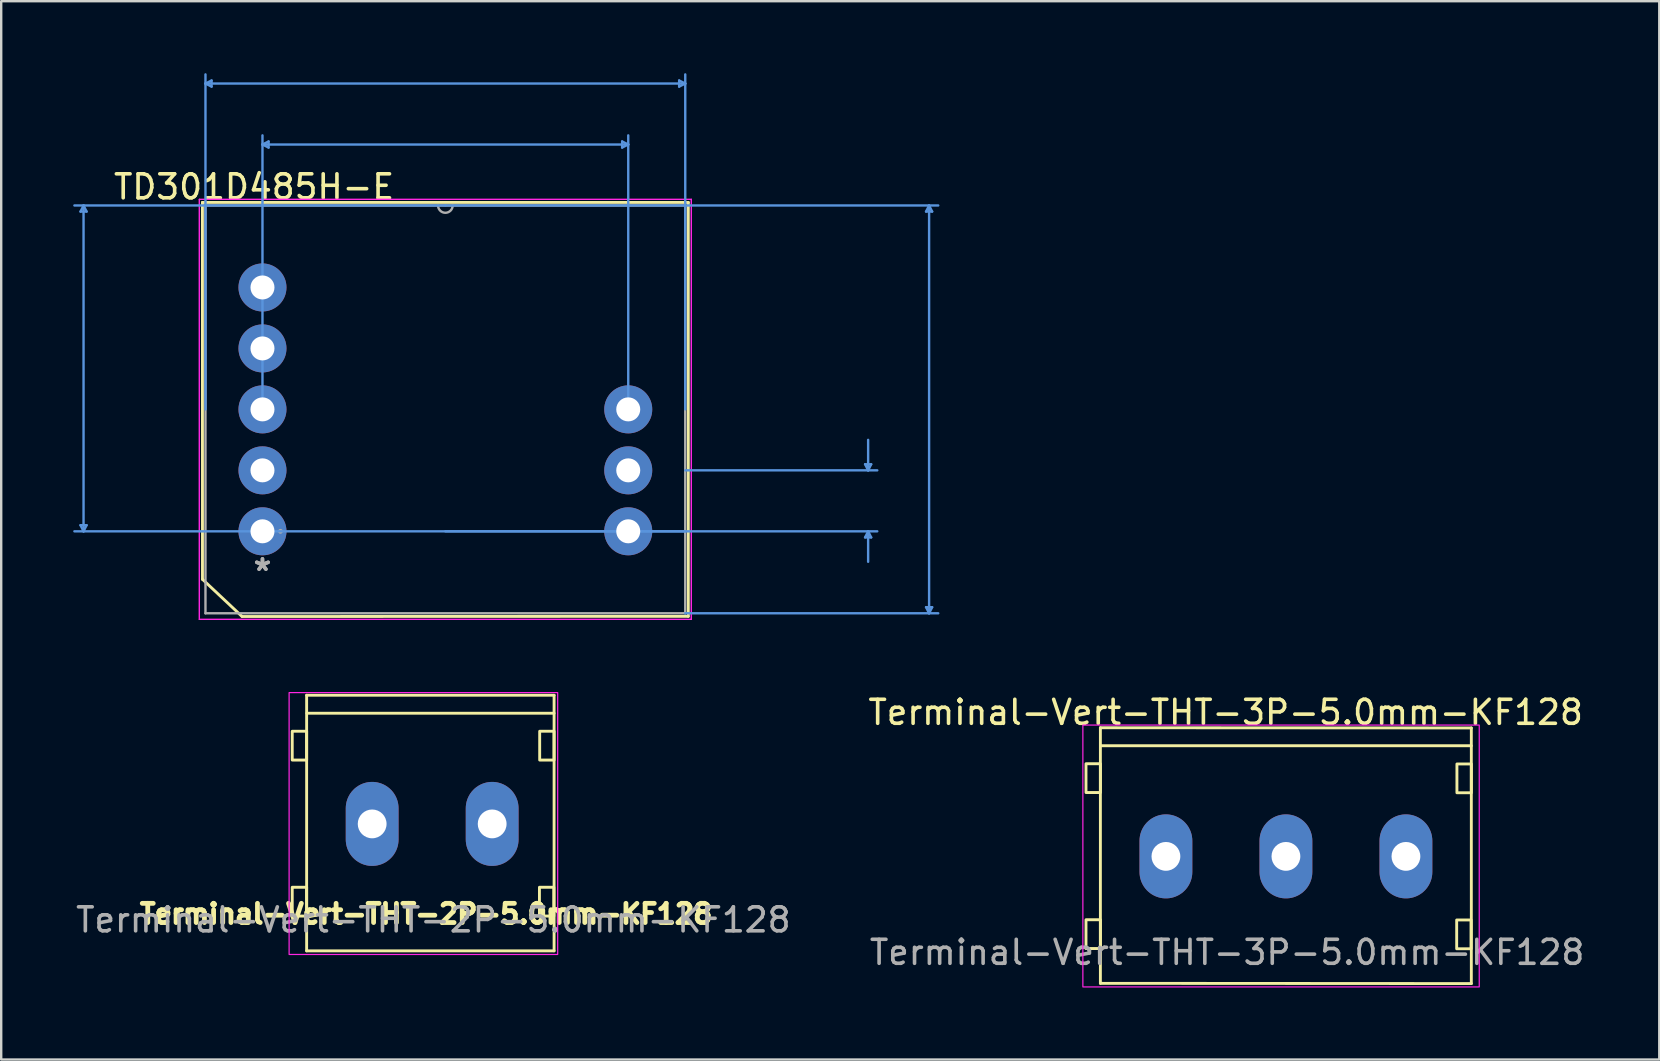
<source format=kicad_pcb>
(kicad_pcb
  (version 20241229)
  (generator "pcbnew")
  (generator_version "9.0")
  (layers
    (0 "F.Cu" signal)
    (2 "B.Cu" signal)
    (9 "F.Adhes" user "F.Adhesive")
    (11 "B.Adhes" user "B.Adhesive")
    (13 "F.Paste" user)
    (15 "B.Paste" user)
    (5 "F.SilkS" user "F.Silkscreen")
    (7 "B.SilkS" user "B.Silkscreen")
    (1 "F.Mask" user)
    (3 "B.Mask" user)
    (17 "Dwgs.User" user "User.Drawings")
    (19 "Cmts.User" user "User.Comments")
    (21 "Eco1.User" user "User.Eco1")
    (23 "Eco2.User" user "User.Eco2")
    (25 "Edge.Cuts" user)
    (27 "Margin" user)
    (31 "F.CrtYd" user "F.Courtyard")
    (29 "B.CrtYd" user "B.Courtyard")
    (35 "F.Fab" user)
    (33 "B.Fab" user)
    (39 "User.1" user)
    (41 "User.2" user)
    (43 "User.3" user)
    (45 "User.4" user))
  (footprint "TD301D485H-E"
    (layer "F.Cu")
    (at 7.886 19.087)
    (property "Reference" "TD301D485H-E" (at -0.35 -14.35 0) (layer "F.SilkS") (effects (font (size 1 1) (thickness 0.15))))
    (attr through_hole)
    (fp_line (start -2.502 -13.703) (end -2.5 2) (stroke (width 0.12) (type solid)) (layer "F.SilkS"))
    (fp_line (start -2.5 2) (end -0.85 3.55) (stroke (width 0.12) (type solid)) (layer "F.SilkS"))
    (fp_line (start -0.85 3.55) (end 17.742 3.543) (stroke (width 0.12) (type solid)) (layer "F.SilkS"))
    (fp_line (start 17.742 -13.703) (end -2.502 -13.703) (stroke (width 0.12) (type solid)) (layer "F.SilkS"))
    (fp_line (start 17.742 3.543) (end 17.742 -13.703) (stroke (width 0.12) (type solid)) (layer "F.SilkS"))
    (fp_line (start -7.582 -13.322) (end -7.328 -13.322) (stroke (width 0.1) (type solid)) (layer "Cmts.User"))
    (fp_line (start -7.582 -0.254) (end -7.328 -0.254) (stroke (width 0.1) (type solid)) (layer "Cmts.User"))
    (fp_line (start -7.455 -13.576) (end -7.582 -13.322) (stroke (width 0.1) (type solid)) (layer "Cmts.User"))
    (fp_line (start -7.455 -13.576) (end -7.455 0) (stroke (width 0.1) (type solid)) (layer "Cmts.User"))
    (fp_line (start -7.455 -13.576) (end -7.328 -13.322) (stroke (width 0.1) (type solid)) (layer "Cmts.User"))
    (fp_line (start -7.455 0) (end -7.582 -0.254) (stroke (width 0.1) (type solid)) (layer "Cmts.User"))
    (fp_line (start -7.455 0) (end -7.328 -0.254) (stroke (width 0.1) (type solid)) (layer "Cmts.User"))
    (fp_line (start -2.375 -18.656) (end -2.121 -18.783) (stroke (width 0.1) (type solid)) (layer "Cmts.User"))
    (fp_line (start -2.375 -18.656) (end -2.121 -18.529) (stroke (width 0.1) (type solid)) (layer "Cmts.User"))
    (fp_line (start -2.375 -18.656) (end 17.615 -18.656) (stroke (width 0.1) (type solid)) (layer "Cmts.User"))
    (fp_line (start -2.375 -5.08) (end -2.375 -19.037) (stroke (width 0.1) (type solid)) (layer "Cmts.User"))
    (fp_line (start -2.121 -18.783) (end -2.121 -18.529) (stroke (width 0.1) (type solid)) (layer "Cmts.User"))
    (fp_line (start 0 -16.116) (end 0.254 -16.243) (stroke (width 0.1) (type solid)) (layer "Cmts.User"))
    (fp_line (start 0 -16.116) (end 0.254 -15.989) (stroke (width 0.1) (type solid)) (layer "Cmts.User"))
    (fp_line (start 0 -16.116) (end 15.24 -16.116) (stroke (width 0.1) (type solid)) (layer "Cmts.User"))
    (fp_line (start 0 -5.08) (end 0 -16.497) (stroke (width 0.1) (type solid)) (layer "Cmts.User"))
    (fp_line (start 0.254 -16.243) (end 0.254 -15.989) (stroke (width 0.1) (type solid)) (layer "Cmts.User"))
    (fp_line (start 7.62 -13.576) (end -7.836 -13.576) (stroke (width 0.1) (type solid)) (layer "Cmts.User"))
    (fp_line (start 7.62 -13.576) (end 28.156 -13.576) (stroke (width 0.1) (type solid)) (layer "Cmts.User"))
    (fp_line (start 7.62 0) (end 25.616 0) (stroke (width 0.1) (type solid)) (layer "Cmts.User"))
    (fp_line (start 14.986 -16.243) (end 14.986 -15.989) (stroke (width 0.1) (type solid)) (layer "Cmts.User"))
    (fp_line (start 15.24 -16.116) (end 14.986 -16.243) (stroke (width 0.1) (type solid)) (layer "Cmts.User"))
    (fp_line (start 15.24 -16.116) (end 14.986 -15.989) (stroke (width 0.1) (type solid)) (layer "Cmts.User"))
    (fp_line (start 15.24 -5.08) (end 15.24 -16.497) (stroke (width 0.1) (type solid)) (layer "Cmts.User"))
    (fp_line (start 17.361 -18.783) (end 17.361 -18.529) (stroke (width 0.1) (type solid)) (layer "Cmts.User"))
    (fp_line (start 17.615 -18.656) (end 17.361 -18.783) (stroke (width 0.1) (type solid)) (layer "Cmts.User"))
    (fp_line (start 17.615 -18.656) (end 17.361 -18.529) (stroke (width 0.1) (type solid)) (layer "Cmts.User"))
    (fp_line (start 17.615 -5.08) (end 17.615 -19.037) (stroke (width 0.1) (type solid)) (layer "Cmts.User"))
    (fp_line (start 17.615 -2.54) (end 25.616 -2.54) (stroke (width 0.1) (type solid)) (layer "Cmts.User"))
    (fp_line (start 17.615 0) (end -7.836 0) (stroke (width 0.1) (type solid)) (layer "Cmts.User"))
    (fp_line (start 17.615 3.416) (end 28.156 3.416) (stroke (width 0.1) (type solid)) (layer "Cmts.User"))
    (fp_line (start 25.108 -2.794) (end 25.362 -2.794) (stroke (width 0.1) (type solid)) (layer "Cmts.User"))
    (fp_line (start 25.108 0.254) (end 25.362 0.254) (stroke (width 0.1) (type solid)) (layer "Cmts.User"))
    (fp_line (start 25.235 -2.54) (end 25.108 -2.794) (stroke (width 0.1) (type solid)) (layer "Cmts.User"))
    (fp_line (start 25.235 -2.54) (end 25.235 -3.81) (stroke (width 0.1) (type solid)) (layer "Cmts.User"))
    (fp_line (start 25.235 -2.54) (end 25.362 -2.794) (stroke (width 0.1) (type solid)) (layer "Cmts.User"))
    (fp_line (start 25.235 0) (end 25.108 0.254) (stroke (width 0.1) (type solid)) (layer "Cmts.User"))
    (fp_line (start 25.235 0) (end 25.235 1.27) (stroke (width 0.1) (type solid)) (layer "Cmts.User"))
    (fp_line (start 25.235 0) (end 25.362 0.254) (stroke (width 0.1) (type solid)) (layer "Cmts.User"))
    (fp_line (start 27.648 -13.322) (end 27.902 -13.322) (stroke (width 0.1) (type solid)) (layer "Cmts.User"))
    (fp_line (start 27.648 3.162) (end 27.902 3.162) (stroke (width 0.1) (type solid)) (layer "Cmts.User"))
    (fp_line (start 27.775 -13.576) (end 27.648 -13.322) (stroke (width 0.1) (type solid)) (layer "Cmts.User"))
    (fp_line (start 27.775 -13.576) (end 27.775 3.416) (stroke (width 0.1) (type solid)) (layer "Cmts.User"))
    (fp_line (start 27.775 -13.576) (end 27.902 -13.322) (stroke (width 0.1) (type solid)) (layer "Cmts.User"))
    (fp_line (start 27.775 3.416) (end 27.648 3.162) (stroke (width 0.1) (type solid)) (layer "Cmts.User"))
    (fp_line (start 27.775 3.416) (end 27.902 3.162) (stroke (width 0.1) (type solid)) (layer "Cmts.User"))
    (fp_line (start -2.629 -13.83) (end 17.869 -13.83) (stroke (width 0.05) (type solid)) (layer "F.CrtYd"))
    (fp_line (start -2.629 -13.83) (end 17.869 -13.83) (stroke (width 0.05) (type solid)) (layer "F.CrtYd"))
    (fp_line (start -2.629 3.67) (end -2.629 -13.83) (stroke (width 0.05) (type solid)) (layer "F.CrtYd"))
    (fp_line (start -2.629 3.67) (end -2.629 -13.83) (stroke (width 0.05) (type solid)) (layer "F.CrtYd"))
    (fp_line (start 17.869 -13.83) (end 17.869 3.67) (stroke (width 0.05) (type solid)) (layer "F.CrtYd"))
    (fp_line (start 17.869 -13.83) (end 17.869 3.67) (stroke (width 0.05) (type solid)) (layer "F.CrtYd"))
    (fp_line (start 17.869 3.67) (end -2.629 3.67) (stroke (width 0.05) (type solid)) (layer "F.CrtYd"))
    (fp_line (start 17.869 3.67) (end -2.629 3.67) (stroke (width 0.05) (type solid)) (layer "F.CrtYd"))
    (fp_line (start -2.375 -13.576) (end -2.375 3.416) (stroke (width 0.1) (type solid)) (layer "F.Fab"))
    (fp_line (start -2.375 3.416) (end 17.615 3.416) (stroke (width 0.1) (type solid)) (layer "F.Fab"))
    (fp_line (start 17.615 -13.576) (end -2.375 -13.576) (stroke (width 0.1) (type solid)) (layer "F.Fab"))
    (fp_line (start 17.615 3.416) (end 17.615 -13.576) (stroke (width 0.1) (type solid)) (layer "F.Fab"))
    (fp_arc (start 7.9248 -13.5763) (mid 7.62 -13.2715) (end 7.3152 -13.5763) (stroke (width 0.1) (type solid)) (layer "F.Fab"))
    (fp_circle (center 0.749 0) (end 0.749 0) (stroke (width 0.1) (type solid)) (fill no) (layer "F.Fab"))
    (fp_text user "Copyright 2021 Accelerated Designs. All rights reserved." (at 0 0 0) (layer "Cmts.User") (effects (font (size 0.127 0.127) (thickness 0.002))))
    (fp_text user "*" (at 0 1.693 0) (layer "F.Fab") (effects (font (size 1 1) (thickness 0.15))))
    (fp_text user "*" (at 0 1.693 0) (layer "F.Fab") (effects (font (size 1 1) (thickness 0.15))))
    (pad "1" thru_hole circle (at 0 0) (size 2 2) (drill 1) (layers "*.Cu" "*.Mask"))
    (pad "2" thru_hole circle (at 0 -2.54) (size 2 2) (drill 1) (layers "*.Cu" "*.Mask"))
    (pad "3" thru_hole circle (at 0 -5.08) (size 2 2) (drill 1) (layers "*.Cu" "*.Mask"))
    (pad "4" thru_hole circle (at 0 -7.62) (size 2 2) (drill 1) (layers "*.Cu" "*.Mask"))
    (pad "5" thru_hole circle (at 0 -10.16) (size 2 2) (drill 1) (layers "*.Cu" "*.Mask"))
    (pad "8" thru_hole circle (at 15.24 -5.08) (size 2 2) (drill 1) (layers "*.Cu" "*.Mask"))
    (pad "9" thru_hole circle (at 15.24 -2.54) (size 2 2) (drill 1) (layers "*.Cu" "*.Mask"))
    (pad "10" thru_hole circle (at 15.24 0) (size 2 2) (drill 1) (layers "*.Cu" "*.Mask")))
  (footprint "Terminal-Vert-THT-3P-5.0mm-KF128"
    (layer "F.Cu")
    (at 48.028 32.631)
    (property "Reference" "Terminal-Vert-THT-3P-5.0mm-KF128" (at -0.01 -6 0) (unlocked yes) (layer "F.SilkS") (effects (font (size 1 1) (thickness 0.15))))
    (attr through_hole)
    (fp_line (start -5.23 -5.36) (end 10.225 -5.35) (stroke (width 0.12) (type solid)) (layer "F.SilkS"))
    (fp_line (start -5.23 5.29) (end -5.23 -5.36) (stroke (width 0.12) (type solid)) (layer "F.SilkS"))
    (fp_line (start -5.22 -4.61) (end 10.225 -4.61) (stroke (width 0.12) (type solid)) (layer "F.SilkS"))
    (fp_line (start 10.225 -5.35) (end 10.225 5.3) (stroke (width 0.12) (type solid)) (layer "F.SilkS"))
    (fp_line (start 10.225 5.3) (end -5.23 5.29) (stroke (width 0.12) (type solid)) (layer "F.SilkS"))
    (fp_rect (start -5.83 -3.86) (end -5.23 -2.66) (stroke (width 0.12) (type solid)) (fill no) (layer "F.SilkS"))
    (fp_rect (start -5.83 2.64) (end -5.23 3.84) (stroke (width 0.12) (type solid)) (fill no) (layer "F.SilkS"))
    (fp_rect (start 9.615 2.65) (end 10.215 3.85) (stroke (width 0.12) (type solid)) (fill no) (layer "F.SilkS"))
    (fp_rect (start 9.625 -3.85) (end 10.225 -2.65) (stroke (width 0.12) (type solid)) (fill no) (layer "F.SilkS"))
    (fp_rect (start -5.96 -5.47) (end 10.555 5.44) (stroke (width 0.05) (type solid)) (fill no) (layer "F.CrtYd"))
    (fp_text user "${REFERENCE}" (at 0.05 4 0) (unlocked yes) (layer "F.Fab") (effects (font (size 1 1) (thickness 0.15))))
    (pad "1" thru_hole oval (at -2.5 0) (size 2.2 3.5) (drill 1.2) (layers "*.Cu" "*.Mask"))
    (pad "2" thru_hole oval (at 2.5 0) (size 2.2 3.5) (drill 1.2) (layers "*.Cu" "*.Mask"))
    (pad "3" thru_hole oval (at 7.5 0) (size 2.2 3.5) (drill 1.2) (layers "*.Cu" "*.Mask")))
  (footprint "Terminal-Vert-THT-2P-5.0mm-KF128"
    (layer "F.Cu")
    (at 14.956 31.278)
    (property "Reference" "Terminal-Vert-THT-2P-5.0mm-KF128" (at -0.25 3.75 0) (unlocked yes) (layer "F.SilkS") (effects (font (size 0.8 0.8) (thickness 0.3))))
    (attr through_hole)
    (fp_line (start -5.23 -5.36) (end 5.08 -5.36) (stroke (width 0.12) (type solid)) (layer "F.SilkS"))
    (fp_line (start -5.23 5.29) (end -5.23 -5.36) (stroke (width 0.12) (type solid)) (layer "F.SilkS"))
    (fp_line (start -5.22 -4.61) (end 5.08 -4.61) (stroke (width 0.12) (type solid)) (layer "F.SilkS"))
    (fp_line (start 5.08 -5.36) (end 5.08 5.29) (stroke (width 0.12) (type solid)) (layer "F.SilkS"))
    (fp_line (start 5.08 5.29) (end -5.23 5.29) (stroke (width 0.12) (type solid)) (layer "F.SilkS"))
    (fp_rect (start -5.83 -3.86) (end -5.23 -2.66) (stroke (width 0.12) (type solid)) (fill no) (layer "F.SilkS"))
    (fp_rect (start -5.83 2.64) (end -5.23 3.84) (stroke (width 0.12) (type solid)) (fill no) (layer "F.SilkS"))
    (fp_rect (start 4.47 2.64) (end 5.07 3.84) (stroke (width 0.12) (type solid)) (fill no) (layer "F.SilkS"))
    (fp_rect (start 4.48 -3.86) (end 5.08 -2.66) (stroke (width 0.12) (type solid)) (fill no) (layer "F.SilkS"))
    (fp_rect (start -5.96 -5.47) (end 5.23 5.44) (stroke (width 0.05) (type solid)) (fill no) (layer "F.CrtYd"))
    (fp_text user "${REFERENCE}" (at 0.05 4 0) (unlocked yes) (layer "F.Fab") (effects (font (size 1 1) (thickness 0.15))))
    (pad "1" thru_hole oval (at -2.5 0) (size 2.2 3.5) (drill 1.2) (layers "*.Cu" "*.Mask"))
    (pad "2" thru_hole oval (at 2.5 0) (size 2.2 3.5) (drill 1.2) (layers "*.Cu" "*.Mask")))
  (gr_rect
    (start -3 -3)
    (end 66.084 41.096)
    (stroke (width 0.1) (type default))
    (fill no)
    (layer "Edge.Cuts")))
</source>
